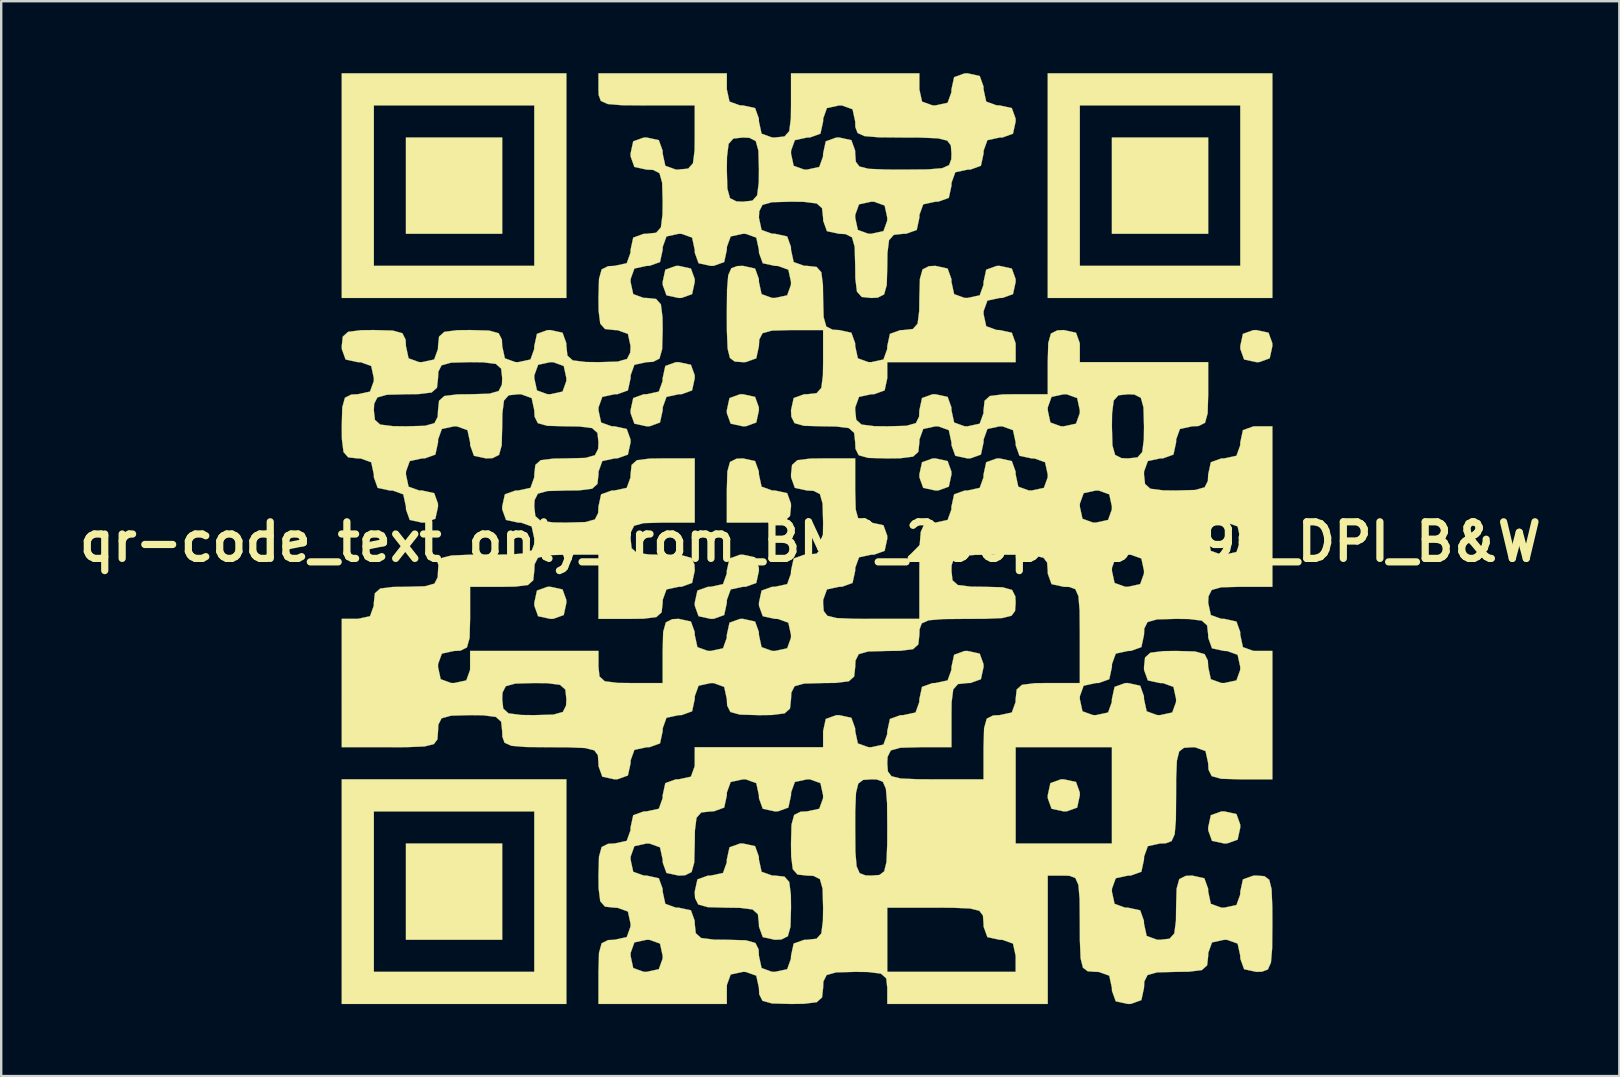
<source format=kicad_pcb>
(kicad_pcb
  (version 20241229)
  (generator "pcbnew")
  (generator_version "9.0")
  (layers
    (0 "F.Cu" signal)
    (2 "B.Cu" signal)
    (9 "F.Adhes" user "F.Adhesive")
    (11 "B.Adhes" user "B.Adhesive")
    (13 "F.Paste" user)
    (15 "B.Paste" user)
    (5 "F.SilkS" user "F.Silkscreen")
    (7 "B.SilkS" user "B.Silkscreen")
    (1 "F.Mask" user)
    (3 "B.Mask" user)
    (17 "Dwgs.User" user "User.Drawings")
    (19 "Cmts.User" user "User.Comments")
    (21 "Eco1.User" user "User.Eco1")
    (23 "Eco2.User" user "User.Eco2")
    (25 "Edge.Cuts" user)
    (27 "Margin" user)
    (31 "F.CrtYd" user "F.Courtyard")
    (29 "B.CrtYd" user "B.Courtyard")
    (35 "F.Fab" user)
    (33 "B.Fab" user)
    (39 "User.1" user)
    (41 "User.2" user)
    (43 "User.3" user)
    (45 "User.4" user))
  (footprint "qr-code_text_only_from_BMP_200px_96x96_DPI_B&W"
    (layer "F.Cu")
    (at 30.705 19.523)
    (property "Reference" "qr-code_text_only_from_BMP_200px_96x96_DPI_B&W" (at 0 0 0) (layer "F.SilkS") (effects (font (size 1.524 1.524) (thickness 0.3))))
    (attr through_hole)
    (fp_poly (pts (xy -12.834 -12.834) (xy -16.844 -12.834) (xy -16.844 -16.844) (xy -12.834 -16.844) (xy -12.834 -12.834)) (stroke (width 0.01) (type solid)) (fill yes) (layer "F.SilkS"))
    (fp_poly (pts (xy -12.834 16.577) (xy -16.844 16.577) (xy -16.844 12.566) (xy -12.834 12.566) (xy -12.834 16.577)) (stroke (width 0.01) (type solid)) (fill yes) (layer "F.SilkS"))
    (fp_poly (pts (xy 16.577 -12.834) (xy 12.566 -12.834) (xy 12.566 -16.844) (xy 16.577 -16.844) (xy 16.577 -12.834)) (stroke (width 0.01) (type solid)) (fill yes) (layer "F.SilkS"))
    (fp_poly (pts (xy -10.16 -10.16) (xy -19.518 -10.16) (xy -19.518 -18.181) (xy -18.181 -18.181) (xy -18.181 -11.497) (xy -11.497 -11.497) (xy -11.497 -18.181) (xy -18.181 -18.181) (xy -19.518 -18.181) (xy -19.518 -19.518) (xy -10.16 -19.518) (xy -10.16 -10.16)) (stroke (width 0.01) (type solid)) (fill yes) (layer "F.SilkS"))
    (fp_poly (pts (xy -10.16 19.251) (xy -19.518 19.251) (xy -19.518 11.229) (xy -18.181 11.229) (xy -18.181 17.914) (xy -11.497 17.914) (xy -11.497 11.229) (xy -18.181 11.229) (xy -19.518 11.229) (xy -19.518 9.893) (xy -10.16 9.893) (xy -10.16 19.251)) (stroke (width 0.01) (type solid)) (fill yes) (layer "F.SilkS"))
    (fp_poly (pts (xy 19.251 -10.16) (xy 9.893 -10.16) (xy 9.893 -18.181) (xy 11.229 -18.181) (xy 11.229 -11.497) (xy 17.914 -11.497) (xy 17.914 -18.181) (xy 11.229 -18.181) (xy 9.893 -18.181) (xy 9.893 -19.518) (xy 19.251 -19.518) (xy 19.251 -10.16)) (stroke (width 0.01) (type solid)) (fill yes) (layer "F.SilkS"))
    (fp_poly (pts (xy -10.32 1.982) (xy -10.163 2.417) (xy -10.16 2.54) (xy -10.27 3.049) (xy -10.705 3.206) (xy -10.828 3.208) (xy -11.337 3.098) (xy -11.494 2.663) (xy -11.497 2.54) (xy -11.386 2.031) (xy -10.952 1.874) (xy -10.828 1.872) (xy -10.32 1.982)) (stroke (width 0.01) (type solid)) (fill yes) (layer "F.SilkS"))
    (fp_poly (pts (xy -4.972 -11.386) (xy -4.815 -10.952) (xy -4.813 -10.828) (xy -4.923 -10.32) (xy -5.358 -10.163) (xy -5.481 -10.16) (xy -5.99 -10.27) (xy -6.147 -10.705) (xy -6.149 -10.828) (xy -6.039 -11.337) (xy -5.604 -11.494) (xy -5.481 -11.497) (xy -4.972 -11.386)) (stroke (width 0.01) (type solid)) (fill yes) (layer "F.SilkS"))
    (fp_poly (pts (xy -2.299 -6.039) (xy -2.142 -5.604) (xy -2.139 -5.481) (xy -2.249 -4.972) (xy -2.684 -4.815) (xy -2.807 -4.813) (xy -3.316 -4.923) (xy -3.473 -5.358) (xy -3.476 -5.481) (xy -3.365 -5.99) (xy -2.931 -6.147) (xy -2.807 -6.149) (xy -2.299 -6.039)) (stroke (width 0.01) (type solid)) (fill yes) (layer "F.SilkS"))
    (fp_poly (pts (xy 5.722 -3.365) (xy 5.879 -2.931) (xy 5.882 -2.807) (xy 5.772 -2.299) (xy 5.337 -2.142) (xy 5.214 -2.139) (xy 4.705 -2.249) (xy 4.548 -2.684) (xy 4.545 -2.807) (xy 4.656 -3.316) (xy 5.091 -3.473) (xy 5.214 -3.476) (xy 5.722 -3.365)) (stroke (width 0.01) (type solid)) (fill yes) (layer "F.SilkS"))
    (fp_poly (pts (xy 11.07 10.003) (xy 11.227 10.438) (xy 11.229 10.561) (xy 11.119 11.07) (xy 10.684 11.227) (xy 10.561 11.229) (xy 10.052 11.119) (xy 9.895 10.684) (xy 9.893 10.561) (xy 10.003 10.052) (xy 10.438 9.895) (xy 10.561 9.893) (xy 11.07 10.003)) (stroke (width 0.01) (type solid)) (fill yes) (layer "F.SilkS"))
    (fp_poly (pts (xy 17.754 11.34) (xy 17.911 11.775) (xy 17.914 11.898) (xy 17.803 12.407) (xy 17.368 12.563) (xy 17.245 12.566) (xy 16.736 12.456) (xy 16.58 12.021) (xy 16.577 11.898) (xy 16.687 11.389) (xy 17.122 11.232) (xy 17.245 11.229) (xy 17.754 11.34)) (stroke (width 0.01) (type solid)) (fill yes) (layer "F.SilkS"))
    (fp_poly (pts (xy 19.091 -8.713) (xy 19.248 -8.278) (xy 19.251 -8.155) (xy 19.14 -7.646) (xy 18.705 -7.489) (xy 18.582 -7.486) (xy 18.073 -7.597) (xy 17.917 -8.032) (xy 17.914 -8.155) (xy 18.024 -8.664) (xy 18.459 -8.82) (xy 18.582 -8.823) (xy 19.091 -8.713)) (stroke (width 0.01) (type solid)) (fill yes) (layer "F.SilkS"))
    (fp_poly (pts (xy -2.299 -3.365) (xy -2.142 -2.931) (xy -2.139 -2.807) (xy -2.029 -2.299) (xy -1.594 -2.142) (xy -1.471 -2.139) (xy -0.962 -2.029) (xy -0.805 -1.594) (xy -0.802 -1.471) (xy -0.845 -1.074) (xy -1.067 -0.876) (xy -1.602 -0.808) (xy -2.139 -0.802) (xy -3.476 -0.802) (xy -3.476 -2.139) (xy -3.454 -2.932) (xy -3.344 -3.328) (xy -3.076 -3.463) (xy -2.807 -3.476) (xy -2.299 -3.365)) (stroke (width 0.01) (type solid)) (fill yes) (layer "F.SilkS"))
    (fp_poly (pts (xy -4.972 -7.376) (xy -4.815 -6.941) (xy -4.813 -6.818) (xy -4.923 -6.309) (xy -5.358 -6.152) (xy -5.481 -6.149) (xy -5.99 -6.039) (xy -6.147 -5.604) (xy -6.149 -5.481) (xy -6.26 -4.972) (xy -6.695 -4.815) (xy -6.818 -4.813) (xy -7.327 -4.923) (xy -7.483 -5.358) (xy -7.486 -5.481) (xy -7.376 -5.99) (xy -6.941 -6.147) (xy -6.818 -6.149) (xy -6.309 -6.26) (xy -6.152 -6.695) (xy -6.149 -6.818) (xy -6.039 -7.327) (xy -5.604 -7.483) (xy -5.481 -7.486) (xy -4.972 -7.376)) (stroke (width 0.01) (type solid)) (fill yes) (layer "F.SilkS"))
    (fp_poly (pts (xy -2.299 0.645) (xy -2.142 1.08) (xy -2.139 1.203) (xy -2.249 1.712) (xy -2.684 1.869) (xy -2.807 1.872) (xy -3.316 1.982) (xy -3.473 2.417) (xy -3.476 2.54) (xy -3.586 3.049) (xy -4.021 3.206) (xy -4.144 3.208) (xy -4.653 3.098) (xy -4.81 2.663) (xy -4.813 2.54) (xy -4.702 2.031) (xy -4.267 1.874) (xy -4.144 1.872) (xy -3.635 1.761) (xy -3.479 1.326) (xy -3.476 1.203) (xy -3.365 0.694) (xy -2.931 0.538) (xy -2.807 0.535) (xy -2.299 0.645)) (stroke (width 0.01) (type solid)) (fill yes) (layer "F.SilkS"))
    (fp_poly (pts (xy -2.299 12.677) (xy -2.142 13.112) (xy -2.139 13.235) (xy -2.029 13.744) (xy -1.594 13.9) (xy -1.471 13.903) (xy -1.074 13.947) (xy -0.876 14.168) (xy -0.808 14.703) (xy -0.802 15.24) (xy -0.824 16.033) (xy -0.934 16.429) (xy -1.202 16.564) (xy -1.471 16.577) (xy -1.979 16.466) (xy -2.136 16.032) (xy -2.139 15.908) (xy -2.182 15.512) (xy -2.403 15.314) (xy -2.939 15.246) (xy -3.476 15.24) (xy -4.269 15.218) (xy -4.665 15.108) (xy -4.8 14.84) (xy -4.813 14.572) (xy -4.702 14.063) (xy -4.267 13.906) (xy -4.144 13.903) (xy -3.635 13.793) (xy -3.479 13.358) (xy -3.476 13.235) (xy -3.365 12.726) (xy -2.931 12.569) (xy -2.807 12.566) (xy -2.299 12.677)) (stroke (width 0.01) (type solid)) (fill yes) (layer "F.SilkS"))
    (fp_poly (pts (xy -3.476 -18.849) (xy -3.365 -18.341) (xy -2.931 -18.184) (xy -2.807 -18.181) (xy -2.299 -18.071) (xy -2.142 -17.636) (xy -2.139 -17.513) (xy -2.029 -17.004) (xy -1.594 -16.847) (xy -1.471 -16.844) (xy -1.074 -16.888) (xy -0.876 -17.109) (xy -0.808 -17.645) (xy -0.802 -18.181) (xy -0.802 -19.518) (xy 4.545 -19.518) (xy 4.545 -18.849) (xy 4.656 -18.341) (xy 5.091 -18.184) (xy 5.214 -18.181) (xy 5.722 -18.291) (xy 5.879 -18.726) (xy 5.882 -18.849) (xy 5.993 -19.358) (xy 6.427 -19.515) (xy 6.551 -19.518) (xy 7.059 -19.407) (xy 7.216 -18.973) (xy 7.219 -18.849) (xy 7.329 -18.341) (xy 7.764 -18.184) (xy 7.887 -18.181) (xy 8.396 -18.071) (xy 8.553 -17.636) (xy 8.556 -17.513) (xy 8.445 -17.004) (xy 8.011 -16.847) (xy 7.887 -16.844) (xy 7.379 -16.734) (xy 7.222 -16.299) (xy 7.219 -16.176) (xy 7.109 -15.667) (xy 6.674 -15.51) (xy 6.551 -15.507) (xy 6.042 -15.397) (xy 5.885 -14.962) (xy 5.882 -14.839) (xy 5.772 -14.33) (xy 5.337 -14.173) (xy 5.214 -14.171) (xy 4.705 -14.06) (xy 4.548 -13.625) (xy 4.545 -13.502) (xy 4.435 -12.993) (xy 4 -12.837) (xy 3.877 -12.834) (xy 3.48 -12.79) (xy 3.282 -12.569) (xy 3.215 -12.033) (xy 3.208 -11.497) (xy 3.187 -10.703) (xy 3.076 -10.308) (xy 2.808 -10.173) (xy 2.54 -10.16) (xy 2.143 -10.203) (xy 1.945 -10.425) (xy 1.878 -10.96) (xy 1.872 -11.497) (xy 1.85 -12.29) (xy 1.739 -12.686) (xy 1.471 -12.821) (xy 1.203 -12.834) (xy 0.694 -12.944) (xy 0.538 -13.379) (xy 0.535 -13.502) (xy 1.872 -13.502) (xy 1.982 -12.993) (xy 2.417 -12.837) (xy 2.54 -12.834) (xy 3.049 -12.944) (xy 3.206 -13.379) (xy 3.208 -13.502) (xy 3.098 -14.011) (xy 2.663 -14.168) (xy 2.54 -14.171) (xy 2.031 -14.06) (xy 1.874 -13.625) (xy 1.872 -13.502) (xy 0.535 -13.502) (xy 0.491 -13.899) (xy 0.27 -14.097) (xy -0.266 -14.164) (xy -0.802 -14.171) (xy -1.596 -14.149) (xy -1.991 -14.038) (xy -2.126 -13.77) (xy -2.139 -13.502) (xy -2.029 -12.993) (xy -1.594 -12.837) (xy -1.471 -12.834) (xy -0.962 -12.723) (xy -0.805 -12.288) (xy -0.802 -12.165) (xy -0.692 -11.656) (xy -0.257 -11.5) (xy -0.134 -11.497) (xy 0.263 -11.453) (xy 0.461 -11.232) (xy 0.528 -10.697) (xy 0.535 -10.16) (xy 0.556 -9.367) (xy 0.667 -8.971) (xy 0.935 -8.836) (xy 1.203 -8.823) (xy 1.712 -8.713) (xy 1.869 -8.278) (xy 1.872 -8.155) (xy 1.982 -7.646) (xy 2.417 -7.489) (xy 2.54 -7.486) (xy 3.049 -7.597) (xy 3.206 -8.032) (xy 3.208 -8.155) (xy 3.319 -8.664) (xy 3.754 -8.82) (xy 3.877 -8.823) (xy 4.274 -8.867) (xy 4.471 -9.088) (xy 4.539 -9.623) (xy 4.545 -10.16) (xy 4.567 -10.953) (xy 4.678 -11.349) (xy 4.945 -11.484) (xy 5.214 -11.497) (xy 5.722 -11.386) (xy 5.879 -10.952) (xy 5.882 -10.828) (xy 5.993 -10.32) (xy 6.427 -10.163) (xy 6.551 -10.16) (xy 7.059 -10.27) (xy 7.216 -10.705) (xy 7.219 -10.828) (xy 7.329 -11.337) (xy 7.764 -11.494) (xy 7.887 -11.497) (xy 8.396 -11.386) (xy 8.553 -10.952) (xy 8.556 -10.828) (xy 8.445 -10.32) (xy 8.011 -10.163) (xy 7.887 -10.16) (xy 7.379 -10.05) (xy 7.222 -9.615) (xy 7.219 -9.492) (xy 7.329 -8.983) (xy 7.764 -8.826) (xy 7.887 -8.823) (xy 8.396 -8.713) (xy 8.553 -8.278) (xy 8.556 -8.155) (xy 8.556 -7.486) (xy 3.208 -7.486) (xy 3.208 -6.818) (xy 3.098 -6.309) (xy 2.663 -6.152) (xy 2.54 -6.149) (xy 2.031 -6.039) (xy 1.874 -5.604) (xy 1.872 -5.481) (xy 1.915 -5.084) (xy 2.136 -4.886) (xy 2.672 -4.819) (xy 3.208 -4.813) (xy 4.002 -4.834) (xy 4.398 -4.945) (xy 4.533 -5.213) (xy 4.545 -5.481) (xy 4.656 -5.99) (xy 5.091 -6.147) (xy 5.214 -6.149) (xy 5.722 -6.039) (xy 5.879 -5.604) (xy 5.882 -5.481) (xy 5.993 -4.972) (xy 6.427 -4.815) (xy 6.551 -4.813) (xy 7.059 -4.923) (xy 7.216 -5.358) (xy 7.219 -5.481) (xy 9.893 -5.481) (xy 10.003 -4.972) (xy 10.438 -4.815) (xy 10.561 -4.813) (xy 12.566 -4.813) (xy 12.588 -4.019) (xy 12.699 -3.623) (xy 12.966 -3.488) (xy 13.235 -3.476) (xy 13.631 -3.519) (xy 13.829 -3.74) (xy 13.897 -4.276) (xy 13.903 -4.813) (xy 13.881 -5.606) (xy 13.771 -6.002) (xy 13.503 -6.137) (xy 13.235 -6.149) (xy 12.838 -6.106) (xy 12.64 -5.885) (xy 12.573 -5.349) (xy 12.566 -4.813) (xy 10.561 -4.813) (xy 11.07 -4.923) (xy 11.227 -5.358) (xy 11.229 -5.481) (xy 11.119 -5.99) (xy 10.684 -6.147) (xy 10.561 -6.149) (xy 10.052 -6.039) (xy 9.895 -5.604) (xy 9.893 -5.481) (xy 7.219 -5.481) (xy 7.262 -5.878) (xy 7.483 -6.076) (xy 8.019 -6.143) (xy 8.556 -6.149) (xy 9.893 -6.149) (xy 9.893 -7.486) (xy 9.914 -8.28) (xy 10.025 -8.676) (xy 10.293 -8.81) (xy 10.561 -8.823) (xy 11.07 -8.713) (xy 11.227 -8.278) (xy 11.229 -8.155) (xy 11.229 -7.486) (xy 16.577 -7.486) (xy 16.577 -6.149) (xy 16.555 -5.356) (xy 16.445 -4.96) (xy 16.177 -4.825) (xy 15.908 -4.813) (xy 15.4 -4.702) (xy 15.243 -4.267) (xy 15.24 -4.144) (xy 15.13 -3.635) (xy 14.695 -3.479) (xy 14.572 -3.476) (xy 14.063 -3.365) (xy 13.906 -2.931) (xy 13.903 -2.807) (xy 13.947 -2.411) (xy 14.168 -2.213) (xy 14.703 -2.145) (xy 15.24 -2.139) (xy 16.033 -2.161) (xy 16.429 -2.271) (xy 16.564 -2.539) (xy 16.577 -2.807) (xy 16.687 -3.316) (xy 17.122 -3.473) (xy 17.245 -3.476) (xy 17.754 -3.586) (xy 17.911 -4.021) (xy 17.914 -4.144) (xy 18.024 -4.653) (xy 18.459 -4.81) (xy 18.582 -4.813) (xy 19.251 -4.813) (xy 19.251 1.872) (xy 17.914 1.872) (xy 17.12 1.893) (xy 16.724 2.004) (xy 16.59 2.272) (xy 16.577 2.54) (xy 16.687 3.049) (xy 17.122 3.206) (xy 17.245 3.208) (xy 17.754 3.319) (xy 17.911 3.754) (xy 17.914 3.877) (xy 18.024 4.386) (xy 18.459 4.542) (xy 18.582 4.545) (xy 19.251 4.545) (xy 19.251 9.893) (xy 17.914 9.893) (xy 17.12 9.871) (xy 16.724 9.76) (xy 16.59 9.492) (xy 16.577 9.224) (xy 16.466 8.715) (xy 16.032 8.559) (xy 15.908 8.556) (xy 15.568 8.581) (xy 15.369 8.731) (xy 15.273 9.119) (xy 15.242 9.857) (xy 15.24 10.561) (xy 15.232 11.581) (xy 15.182 12.179) (xy 15.052 12.467) (xy 14.806 12.559) (xy 14.572 12.566) (xy 14.063 12.677) (xy 13.906 13.112) (xy 13.903 13.235) (xy 13.793 13.744) (xy 13.358 13.9) (xy 13.235 13.903) (xy 12.726 14.014) (xy 12.569 14.448) (xy 12.566 14.572) (xy 12.677 15.08) (xy 13.112 15.237) (xy 13.235 15.24) (xy 13.744 15.35) (xy 13.9 15.785) (xy 13.903 15.908) (xy 14.014 16.417) (xy 14.448 16.574) (xy 14.572 16.577) (xy 14.968 16.533) (xy 15.166 16.312) (xy 15.234 15.777) (xy 15.24 15.24) (xy 15.262 14.447) (xy 15.372 14.051) (xy 15.64 13.916) (xy 15.908 13.903) (xy 16.417 14.014) (xy 16.574 14.448) (xy 16.577 14.572) (xy 16.687 15.08) (xy 17.122 15.237) (xy 17.245 15.24) (xy 17.754 15.13) (xy 17.911 14.695) (xy 17.914 14.572) (xy 18.024 14.063) (xy 18.459 13.906) (xy 18.582 13.903) (xy 18.922 13.928) (xy 19.121 14.078) (xy 19.218 14.466) (xy 19.248 15.204) (xy 19.251 15.908) (xy 19.242 16.928) (xy 19.192 17.526) (xy 19.063 17.815) (xy 18.817 17.906) (xy 18.582 17.914) (xy 18.073 17.803) (xy 17.917 17.368) (xy 17.914 17.245) (xy 17.803 16.736) (xy 17.368 16.58) (xy 17.245 16.577) (xy 16.736 16.687) (xy 16.58 17.122) (xy 16.577 17.245) (xy 16.533 17.642) (xy 16.312 17.84) (xy 15.777 17.907) (xy 15.24 17.914) (xy 14.447 17.935) (xy 14.051 18.046) (xy 13.916 18.314) (xy 13.903 18.582) (xy 13.793 19.091) (xy 13.358 19.248) (xy 13.235 19.251) (xy 12.726 19.14) (xy 12.569 18.705) (xy 12.566 18.582) (xy 12.456 18.073) (xy 12.021 17.917) (xy 11.898 17.914) (xy 11.558 17.889) (xy 11.359 17.739) (xy 11.262 17.351) (xy 11.232 16.613) (xy 11.229 15.908) (xy 11.221 14.888) (xy 11.171 14.291) (xy 11.042 14.002) (xy 10.796 13.911) (xy 10.561 13.903) (xy 9.893 13.903) (xy 9.893 19.251) (xy 3.208 19.251) (xy 3.208 18.582) (xy 3.165 18.185) (xy 2.944 17.987) (xy 2.408 17.92) (xy 1.872 17.914) (xy 1.078 17.935) (xy 0.682 18.046) (xy 0.547 18.314) (xy 0.535 18.582) (xy 0.491 18.979) (xy 0.27 19.177) (xy -0.266 19.244) (xy -0.802 19.251) (xy -1.596 19.229) (xy -1.991 19.118) (xy -2.126 18.85) (xy -2.139 18.582) (xy -2.249 18.073) (xy -2.684 17.917) (xy -2.807 17.914) (xy -3.316 18.024) (xy -3.473 18.459) (xy -3.476 18.582) (xy -3.476 19.251) (xy -8.823 19.251) (xy -8.823 17.914) (xy -8.805 17.245) (xy -7.486 17.245) (xy -7.376 17.754) (xy -6.941 17.911) (xy -6.818 17.914) (xy -6.309 17.803) (xy -6.152 17.368) (xy -6.149 17.245) (xy -6.26 16.736) (xy -6.695 16.58) (xy -6.818 16.577) (xy -7.327 16.687) (xy -7.483 17.122) (xy -7.486 17.245) (xy -8.805 17.245) (xy -8.801 17.12) (xy -8.691 16.724) (xy -8.423 16.59) (xy -8.155 16.577) (xy -7.646 16.466) (xy -7.489 16.032) (xy -7.486 15.908) (xy -7.597 15.4) (xy -8.032 15.243) (xy -8.155 15.24) (xy -8.551 15.197) (xy -8.749 14.975) (xy -8.817 14.44) (xy -8.823 13.903) (xy -8.805 13.235) (xy -7.486 13.235) (xy -7.376 13.744) (xy -6.941 13.9) (xy -6.818 13.903) (xy -6.309 14.014) (xy -6.152 14.448) (xy -6.149 14.572) (xy -6.039 15.08) (xy -5.604 15.237) (xy -5.481 15.24) (xy -4.972 15.35) (xy -4.815 15.785) (xy -4.813 15.908) (xy -4.769 16.305) (xy -4.548 16.503) (xy -4.012 16.571) (xy -3.476 16.577) (xy -2.682 16.599) (xy -2.287 16.709) (xy -2.152 16.977) (xy -2.139 17.245) (xy -2.029 17.754) (xy -1.594 17.911) (xy -1.471 17.914) (xy -0.962 17.803) (xy -0.805 17.368) (xy -0.802 17.245) (xy -0.692 16.736) (xy -0.257 16.58) (xy -0.134 16.577) (xy 0.263 16.533) (xy 0.461 16.312) (xy 0.528 15.777) (xy 0.535 15.24) (xy 3.208 15.24) (xy 3.208 17.914) (xy 8.556 17.914) (xy 8.556 17.245) (xy 8.445 16.736) (xy 8.011 16.58) (xy 7.887 16.577) (xy 7.379 16.466) (xy 7.222 16.032) (xy 7.219 15.908) (xy 7.194 15.568) (xy 7.044 15.369) (xy 6.656 15.273) (xy 5.918 15.242) (xy 5.214 15.24) (xy 3.208 15.24) (xy 0.535 15.24) (xy 0.513 14.447) (xy 0.402 14.051) (xy 0.135 13.916) (xy -0.134 13.903) (xy -0.53 13.86) (xy -0.728 13.639) (xy -0.796 13.103) (xy -0.802 12.566) (xy -0.784 11.898) (xy 1.872 11.898) (xy 1.88 12.918) (xy 1.93 13.516) (xy 2.059 13.804) (xy 2.305 13.896) (xy 2.54 13.903) (xy 2.88 13.878) (xy 3.079 13.728) (xy 3.175 13.34) (xy 3.206 12.602) (xy 3.208 11.898) (xy 3.2 10.878) (xy 3.15 10.28) (xy 3.021 9.992) (xy 2.775 9.9) (xy 2.54 9.893) (xy 2.2 9.918) (xy 2.001 10.068) (xy 1.905 10.455) (xy 1.874 11.194) (xy 1.872 11.898) (xy -0.784 11.898) (xy -0.78 11.773) (xy -0.67 11.377) (xy -0.402 11.242) (xy -0.134 11.229) (xy 0.375 11.119) (xy 0.532 10.684) (xy 0.535 10.561) (xy 0.424 10.052) (xy -0.011 9.895) (xy -0.134 9.893) (xy -0.642 10.003) (xy -0.799 10.438) (xy -0.802 10.561) (xy -0.913 11.07) (xy -1.347 11.227) (xy -1.471 11.229) (xy -1.979 11.119) (xy -2.136 10.684) (xy -2.139 10.561) (xy -2.249 10.052) (xy -2.684 9.895) (xy -2.807 9.893) (xy -3.316 10.003) (xy -3.473 10.438) (xy -3.476 10.561) (xy -3.586 11.07) (xy -4.021 11.227) (xy -4.144 11.229) (xy -4.541 11.273) (xy -4.739 11.494) (xy -4.806 12.03) (xy -4.813 12.566) (xy -4.834 13.36) (xy -4.945 13.756) (xy -5.213 13.89) (xy -5.481 13.903) (xy -5.99 13.793) (xy -6.147 13.358) (xy -6.149 13.235) (xy -6.26 12.726) (xy -6.695 12.569) (xy -6.818 12.566) (xy -7.327 12.677) (xy -7.483 13.112) (xy -7.486 13.235) (xy -8.805 13.235) (xy -8.801 13.11) (xy -8.691 12.714) (xy -8.423 12.579) (xy -8.155 12.566) (xy -7.646 12.456) (xy -7.489 12.021) (xy -7.486 11.898) (xy -7.376 11.389) (xy -6.941 11.232) (xy -6.818 11.229) (xy -6.309 11.119) (xy -6.152 10.684) (xy -6.149 10.561) (xy -6.039 10.052) (xy -5.604 9.895) (xy -5.481 9.893) (xy -4.972 9.782) (xy -4.815 9.347) (xy -4.813 9.224) (xy -4.813 8.556) (xy 0.535 8.556) (xy 0.535 7.887) (xy 0.645 7.379) (xy 1.08 7.222) (xy 1.203 7.219) (xy 1.712 7.329) (xy 1.869 7.764) (xy 1.872 7.887) (xy 1.982 8.396) (xy 2.417 8.553) (xy 2.54 8.556) (xy 3.049 8.445) (xy 3.206 8.011) (xy 3.208 7.887) (xy 3.319 7.379) (xy 3.754 7.222) (xy 3.877 7.219) (xy 4.386 7.109) (xy 4.542 6.674) (xy 4.545 6.551) (xy 4.656 6.042) (xy 5.091 5.885) (xy 5.214 5.882) (xy 5.722 5.772) (xy 5.879 5.337) (xy 5.882 5.214) (xy 5.993 4.705) (xy 6.427 4.548) (xy 6.551 4.545) (xy 7.059 4.656) (xy 7.216 5.091) (xy 7.219 5.214) (xy 7.109 5.722) (xy 6.674 5.879) (xy 6.551 5.882) (xy 6.154 5.925) (xy 5.956 6.147) (xy 5.888 6.682) (xy 5.882 7.219) (xy 5.882 8.556) (xy 4.545 8.556) (xy 3.752 8.577) (xy 3.356 8.688) (xy 3.221 8.956) (xy 3.208 9.224) (xy 3.233 9.564) (xy 3.383 9.763) (xy 3.771 9.86) (xy 4.509 9.89) (xy 5.214 9.893) (xy 7.219 9.893) (xy 7.219 8.556) (xy 8.556 8.556) (xy 8.556 12.566) (xy 12.566 12.566) (xy 12.566 8.556) (xy 8.556 8.556) (xy 7.219 8.556) (xy 7.241 7.762) (xy 7.351 7.367) (xy 7.619 7.232) (xy 7.887 7.219) (xy 8.396 7.109) (xy 8.553 6.674) (xy 8.556 6.551) (xy 11.229 6.551) (xy 11.34 7.059) (xy 11.775 7.216) (xy 11.898 7.219) (xy 12.407 7.109) (xy 12.563 6.674) (xy 12.566 6.551) (xy 12.677 6.042) (xy 13.112 5.885) (xy 13.235 5.882) (xy 13.744 5.993) (xy 13.9 6.427) (xy 13.903 6.551) (xy 14.014 7.059) (xy 14.448 7.216) (xy 14.572 7.219) (xy 15.08 7.109) (xy 15.237 6.674) (xy 15.24 6.551) (xy 15.13 6.042) (xy 14.695 5.885) (xy 14.572 5.882) (xy 14.063 5.772) (xy 13.906 5.337) (xy 13.903 5.214) (xy 13.947 4.817) (xy 14.168 4.619) (xy 14.703 4.552) (xy 15.24 4.545) (xy 16.033 4.567) (xy 16.429 4.678) (xy 16.564 4.945) (xy 16.577 5.214) (xy 16.687 5.722) (xy 17.122 5.879) (xy 17.245 5.882) (xy 17.754 5.772) (xy 17.911 5.337) (xy 17.914 5.214) (xy 17.803 4.705) (xy 17.368 4.548) (xy 17.245 4.545) (xy 16.736 4.435) (xy 16.58 4) (xy 16.577 3.877) (xy 16.533 3.48) (xy 16.312 3.282) (xy 15.777 3.215) (xy 15.24 3.208) (xy 14.447 3.23) (xy 14.051 3.341) (xy 13.916 3.609) (xy 13.903 3.877) (xy 13.793 4.386) (xy 13.358 4.542) (xy 13.235 4.545) (xy 12.726 4.656) (xy 12.569 5.091) (xy 12.566 5.214) (xy 12.456 5.722) (xy 12.021 5.879) (xy 11.898 5.882) (xy 11.389 5.993) (xy 11.232 6.427) (xy 11.229 6.551) (xy 8.556 6.551) (xy 8.599 6.154) (xy 8.82 5.956) (xy 9.356 5.888) (xy 9.893 5.882) (xy 11.229 5.882) (xy 11.229 3.877) (xy 11.221 2.857) (xy 11.171 2.259) (xy 11.042 1.971) (xy 10.796 1.879) (xy 10.561 1.872) (xy 10.052 1.761) (xy 9.895 1.326) (xy 9.893 1.203) (xy 12.566 1.203) (xy 12.677 1.712) (xy 13.112 1.869) (xy 13.235 1.872) (xy 13.744 1.761) (xy 13.9 1.326) (xy 13.903 1.203) (xy 13.793 0.694) (xy 13.358 0.538) (xy 13.235 0.535) (xy 12.726 0.645) (xy 12.569 1.08) (xy 12.566 1.203) (xy 9.893 1.203) (xy 9.868 0.863) (xy 9.718 0.664) (xy 9.33 0.568) (xy 8.592 0.537) (xy 7.887 0.535) (xy 6.867 0.543) (xy 6.27 0.593) (xy 5.981 0.722) (xy 5.889 0.968) (xy 5.882 1.203) (xy 5.925 1.6) (xy 6.147 1.798) (xy 6.682 1.865) (xy 7.219 1.872) (xy 8.012 1.893) (xy 8.408 2.004) (xy 8.543 2.272) (xy 8.556 2.54) (xy 8.531 2.88) (xy 8.381 3.079) (xy 7.993 3.175) (xy 7.255 3.206) (xy 6.551 3.208) (xy 5.531 3.217) (xy 4.933 3.267) (xy 4.644 3.396) (xy 4.553 3.642) (xy 4.545 3.877) (xy 4.502 4.274) (xy 4.281 4.471) (xy 3.745 4.539) (xy 3.208 4.545) (xy 2.415 4.567) (xy 2.019 4.678) (xy 1.884 4.945) (xy 1.872 5.214) (xy 1.828 5.61) (xy 1.607 5.808) (xy 1.071 5.876) (xy 0.535 5.882) (xy -0.259 5.904) (xy -0.654 6.014) (xy -0.789 6.282) (xy -0.802 6.551) (xy -0.845 6.947) (xy -1.067 7.145) (xy -1.602 7.213) (xy -2.139 7.219) (xy -2.932 7.197) (xy -3.328 7.087) (xy -3.463 6.819) (xy -3.476 6.551) (xy -3.586 6.042) (xy -4.021 5.885) (xy -4.144 5.882) (xy -4.653 5.993) (xy -4.81 6.427) (xy -4.813 6.551) (xy -4.923 7.059) (xy -5.358 7.216) (xy -5.481 7.219) (xy -5.99 7.329) (xy -6.147 7.764) (xy -6.149 7.887) (xy -6.26 8.396) (xy -6.695 8.553) (xy -6.818 8.556) (xy -7.327 8.666) (xy -7.483 9.101) (xy -7.486 9.224) (xy -7.597 9.733) (xy -8.032 9.89) (xy -8.155 9.893) (xy -8.664 9.782) (xy -8.82 9.347) (xy -8.823 9.224) (xy -8.848 8.884) (xy -8.998 8.685) (xy -9.386 8.589) (xy -10.124 8.558) (xy -10.828 8.556) (xy -11.848 8.547) (xy -12.446 8.497) (xy -12.735 8.368) (xy -12.826 8.122) (xy -12.834 7.887) (xy -12.877 7.491) (xy -13.098 7.293) (xy -13.634 7.225) (xy -14.171 7.219) (xy -14.964 7.241) (xy -15.36 7.351) (xy -15.495 7.619) (xy -15.507 7.887) (xy -15.532 8.227) (xy -15.682 8.427) (xy -16.07 8.523) (xy -16.808 8.553) (xy -17.513 8.556) (xy -19.518 8.556) (xy -19.518 6.551) (xy -12.834 6.551) (xy -12.79 6.947) (xy -12.569 7.145) (xy -12.033 7.213) (xy -11.497 7.219) (xy -10.703 7.197) (xy -10.308 7.087) (xy -10.173 6.819) (xy -10.16 6.551) (xy -10.203 6.154) (xy -10.425 5.956) (xy -10.96 5.888) (xy -11.497 5.882) (xy -12.29 5.904) (xy -12.686 6.014) (xy -12.821 6.282) (xy -12.834 6.551) (xy -19.518 6.551) (xy -19.518 5.214) (xy -15.507 5.214) (xy -15.397 5.722) (xy -14.962 5.879) (xy -14.839 5.882) (xy -14.33 5.772) (xy -14.173 5.337) (xy -14.171 5.214) (xy -14.171 4.545) (xy -8.823 4.545) (xy -8.823 5.214) (xy -8.78 5.61) (xy -8.559 5.808) (xy -8.023 5.876) (xy -7.486 5.882) (xy -6.149 5.882) (xy -6.149 4.545) (xy -6.128 3.752) (xy -6.017 3.356) (xy -5.749 3.221) (xy -5.481 3.208) (xy -4.972 3.319) (xy -4.815 3.754) (xy -4.813 3.877) (xy -4.702 4.386) (xy -4.267 4.542) (xy -4.144 4.545) (xy -3.635 4.435) (xy -3.479 4) (xy -3.476 3.877) (xy -3.365 3.368) (xy -2.931 3.211) (xy -2.807 3.208) (xy -2.299 3.319) (xy -2.142 3.754) (xy -2.139 3.877) (xy -2.029 4.386) (xy -1.594 4.542) (xy -1.471 4.545) (xy -0.962 4.435) (xy -0.805 4) (xy -0.802 3.877) (xy -0.913 3.368) (xy -1.347 3.211) (xy -1.471 3.208) (xy -1.979 3.098) (xy -2.136 2.663) (xy -2.139 2.54) (xy -2.029 2.031) (xy -1.594 1.874) (xy -1.471 1.872) (xy -0.962 1.761) (xy -0.805 1.326) (xy -0.802 1.203) (xy -0.692 0.694) (xy -0.257 0.538) (xy -0.134 0.535) (xy 0.263 0.491) (xy 0.461 0.27) (xy 0.528 -0.266) (xy 0.535 -0.802) (xy 0.513 -1.596) (xy 0.402 -1.991) (xy 0.135 -2.126) (xy -0.134 -2.139) (xy -0.642 -2.249) (xy -0.799 -2.684) (xy -0.802 -2.807) (xy -0.759 -3.204) (xy -0.538 -3.402) (xy -0.002 -3.469) (xy 0.535 -3.476) (xy 1.872 -3.476) (xy 1.872 -2.139) (xy 1.893 -1.346) (xy 2.004 -0.95) (xy 2.272 -0.815) (xy 2.54 -0.802) (xy 3.049 -0.692) (xy 3.206 -0.257) (xy 3.208 -0.134) (xy 3.098 0.375) (xy 2.663 0.532) (xy 2.54 0.535) (xy 2.031 0.645) (xy 1.874 1.08) (xy 1.872 1.203) (xy 1.761 1.712) (xy 1.326 1.869) (xy 1.203 1.872) (xy 0.694 1.982) (xy 0.538 2.417) (xy 0.535 2.54) (xy 0.56 2.88) (xy 0.71 3.079) (xy 1.098 3.175) (xy 1.836 3.206) (xy 2.54 3.208) (xy 4.545 3.208) (xy 4.545 1.203) (xy 4.554 0.183) (xy 4.58 -0.134) (xy 16.577 -0.134) (xy 16.687 0.375) (xy 17.122 0.532) (xy 17.245 0.535) (xy 17.754 0.424) (xy 17.911 -0.011) (xy 17.914 -0.134) (xy 17.803 -0.642) (xy 17.368 -0.799) (xy 17.245 -0.802) (xy 16.736 -0.692) (xy 16.58 -0.257) (xy 16.577 -0.134) (xy 4.58 -0.134) (xy 4.604 -0.415) (xy 4.733 -0.703) (xy 4.979 -0.795) (xy 5.214 -0.802) (xy 5.722 -0.913) (xy 5.879 -1.347) (xy 5.882 -1.471) (xy 11.229 -1.471) (xy 11.34 -0.962) (xy 11.775 -0.805) (xy 11.898 -0.802) (xy 12.407 -0.913) (xy 12.563 -1.347) (xy 12.566 -1.471) (xy 12.456 -1.979) (xy 12.021 -2.136) (xy 11.898 -2.139) (xy 11.389 -2.029) (xy 11.232 -1.594) (xy 11.229 -1.471) (xy 5.882 -1.471) (xy 5.993 -1.979) (xy 6.427 -2.136) (xy 6.551 -2.139) (xy 7.059 -2.249) (xy 7.216 -2.684) (xy 7.219 -2.807) (xy 7.329 -3.316) (xy 7.764 -3.473) (xy 7.887 -3.476) (xy 8.396 -3.365) (xy 8.553 -2.931) (xy 8.556 -2.807) (xy 8.666 -2.299) (xy 9.101 -2.142) (xy 9.224 -2.139) (xy 9.733 -2.249) (xy 9.89 -2.684) (xy 9.893 -2.807) (xy 9.782 -3.316) (xy 9.347 -3.473) (xy 9.224 -3.476) (xy 8.715 -3.586) (xy 8.559 -4.021) (xy 8.556 -4.144) (xy 8.445 -4.653) (xy 8.011 -4.81) (xy 7.887 -4.813) (xy 7.379 -4.702) (xy 7.222 -4.267) (xy 7.219 -4.144) (xy 7.109 -3.635) (xy 6.674 -3.479) (xy 6.551 -3.476) (xy 6.042 -3.586) (xy 5.885 -4.021) (xy 5.882 -4.144) (xy 5.772 -4.653) (xy 5.337 -4.81) (xy 5.214 -4.813) (xy 4.705 -4.702) (xy 4.548 -4.267) (xy 4.545 -4.144) (xy 4.502 -3.748) (xy 4.281 -3.55) (xy 3.745 -3.482) (xy 3.208 -3.476) (xy 2.415 -3.497) (xy 2.019 -3.608) (xy 1.884 -3.876) (xy 1.872 -4.144) (xy 1.828 -4.541) (xy 1.607 -4.739) (xy 1.071 -4.806) (xy 0.535 -4.813) (xy -0.259 -4.834) (xy -0.654 -4.945) (xy -0.789 -5.213) (xy -0.802 -5.481) (xy -0.692 -5.99) (xy -0.257 -6.147) (xy -0.134 -6.149) (xy 0.263 -6.193) (xy 0.461 -6.414) (xy 0.528 -6.95) (xy 0.535 -7.486) (xy 0.535 -8.823) (xy -0.802 -8.823) (xy -1.596 -8.801) (xy -1.991 -8.691) (xy -2.126 -8.423) (xy -2.139 -8.155) (xy -2.249 -7.646) (xy -2.684 -7.489) (xy -2.807 -7.486) (xy -3.147 -7.511) (xy -3.347 -7.661) (xy -3.443 -8.049) (xy -3.473 -8.787) (xy -3.476 -9.492) (xy -3.467 -10.512) (xy -3.417 -11.109) (xy -3.288 -11.398) (xy -3.042 -11.489) (xy -2.807 -11.497) (xy -2.299 -11.386) (xy -2.142 -10.952) (xy -2.139 -10.828) (xy -2.029 -10.32) (xy -1.594 -10.163) (xy -1.471 -10.16) (xy -0.962 -10.27) (xy -0.805 -10.705) (xy -0.802 -10.828) (xy -0.913 -11.337) (xy -1.347 -11.494) (xy -1.471 -11.497) (xy -1.979 -11.607) (xy -2.136 -12.042) (xy -2.139 -12.165) (xy -2.249 -12.674) (xy -2.684 -12.831) (xy -2.807 -12.834) (xy -3.316 -12.723) (xy -3.473 -12.288) (xy -3.476 -12.165) (xy -3.586 -11.656) (xy -4.021 -11.5) (xy -4.144 -11.497) (xy -4.653 -11.607) (xy -4.81 -12.042) (xy -4.813 -12.165) (xy -4.923 -12.674) (xy -5.358 -12.831) (xy -5.481 -12.834) (xy -5.99 -12.723) (xy -6.147 -12.288) (xy -6.149 -12.165) (xy -6.26 -11.656) (xy -6.695 -11.5) (xy -6.818 -11.497) (xy -7.327 -11.386) (xy -7.483 -10.952) (xy -7.486 -10.828) (xy -7.376 -10.32) (xy -6.941 -10.163) (xy -6.818 -10.16) (xy -6.421 -10.117) (xy -6.223 -9.895) (xy -6.156 -9.36) (xy -6.149 -8.823) (xy -6.171 -8.03) (xy -6.282 -7.634) (xy -6.55 -7.499) (xy -6.818 -7.486) (xy -7.327 -7.376) (xy -7.483 -6.941) (xy -7.486 -6.818) (xy -7.597 -6.309) (xy -8.032 -6.152) (xy -8.155 -6.149) (xy -8.664 -6.039) (xy -8.82 -5.604) (xy -8.823 -5.481) (xy -8.713 -4.972) (xy -8.278 -4.815) (xy -8.155 -4.813) (xy -7.646 -4.702) (xy -7.489 -4.267) (xy -7.486 -4.144) (xy -7.597 -3.635) (xy -8.032 -3.479) (xy -8.155 -3.476) (xy -8.664 -3.365) (xy -8.82 -2.931) (xy -8.823 -2.807) (xy -8.867 -2.411) (xy -9.088 -2.213) (xy -9.623 -2.145) (xy -10.16 -2.139) (xy -10.953 -2.117) (xy -11.349 -2.007) (xy -11.484 -1.739) (xy -11.497 -1.471) (xy -11.453 -1.074) (xy -11.232 -0.876) (xy -10.697 -0.808) (xy -10.16 -0.802) (xy -9.367 -0.824) (xy -8.971 -0.934) (xy -8.836 -1.202) (xy -8.823 -1.471) (xy -8.713 -1.979) (xy -8.278 -2.136) (xy -8.155 -2.139) (xy -7.646 -2.249) (xy -7.489 -2.684) (xy -7.486 -2.807) (xy -7.443 -3.204) (xy -7.222 -3.402) (xy -6.686 -3.469) (xy -6.149 -3.476) (xy -4.813 -3.476) (xy -4.813 -0.802) (xy -6.149 -0.802) (xy -6.943 -0.78) (xy -7.339 -0.67) (xy -7.474 -0.402) (xy -7.486 -0.134) (xy -7.443 0.263) (xy -7.222 0.461) (xy -6.686 0.528) (xy -6.149 0.535) (xy -5.356 0.556) (xy -4.96 0.667) (xy -4.825 0.935) (xy -4.813 1.203) (xy -4.923 1.712) (xy -5.358 1.869) (xy -5.481 1.872) (xy -5.99 1.982) (xy -6.147 2.417) (xy -6.149 2.54) (xy -6.193 2.937) (xy -6.414 3.135) (xy -6.95 3.202) (xy -7.486 3.208) (xy -8.823 3.208) (xy -8.823 0.535) (xy -10.16 0.535) (xy -10.953 0.556) (xy -11.349 0.667) (xy -11.484 0.935) (xy -11.497 1.203) (xy -11.54 1.6) (xy -11.761 1.798) (xy -12.297 1.865) (xy -12.834 1.872) (xy -14.171 1.872) (xy -14.171 3.208) (xy -14.192 4.002) (xy -14.303 4.398) (xy -14.571 4.533) (xy -14.839 4.545) (xy -15.348 4.656) (xy -15.505 5.091) (xy -15.507 5.214) (xy -19.518 5.214) (xy -19.518 3.208) (xy -18.849 3.208) (xy -18.341 3.098) (xy -18.184 2.663) (xy -18.181 2.54) (xy -18.138 2.143) (xy -17.917 1.945) (xy -17.381 1.878) (xy -16.844 1.872) (xy -16.051 1.85) (xy -15.655 1.739) (xy -15.52 1.471) (xy -15.507 1.203) (xy -15.482 0.863) (xy -15.332 0.664) (xy -14.945 0.568) (xy -14.206 0.537) (xy -13.502 0.535) (xy -12.482 0.526) (xy -11.884 0.476) (xy -11.596 0.347) (xy -11.504 0.101) (xy -11.497 -0.134) (xy -11.607 -0.642) (xy -12.042 -0.799) (xy -12.165 -0.802) (xy -12.674 -0.913) (xy -12.831 -1.347) (xy -12.834 -1.471) (xy -12.723 -1.979) (xy -12.288 -2.136) (xy -12.165 -2.139) (xy -11.656 -2.249) (xy -11.5 -2.684) (xy -11.497 -2.807) (xy -11.453 -3.204) (xy -11.232 -3.402) (xy -10.697 -3.469) (xy -10.16 -3.476) (xy -9.367 -3.497) (xy -8.971 -3.608) (xy -8.836 -3.876) (xy -8.823 -4.144) (xy -8.867 -4.541) (xy -9.088 -4.739) (xy -9.623 -4.806) (xy -10.16 -4.813) (xy -10.953 -4.834) (xy -11.349 -4.945) (xy -11.484 -5.213) (xy -11.497 -5.481) (xy -11.607 -5.99) (xy -12.042 -6.147) (xy -12.165 -6.149) (xy -12.562 -6.106) (xy -12.76 -5.885) (xy -12.827 -5.349) (xy -12.834 -4.813) (xy -12.855 -4.019) (xy -12.966 -3.623) (xy -13.234 -3.488) (xy -13.502 -3.476) (xy -14.011 -3.586) (xy -14.168 -4.021) (xy -14.171 -4.144) (xy -14.281 -4.653) (xy -14.716 -4.81) (xy -14.839 -4.813) (xy -15.348 -4.702) (xy -15.505 -4.267) (xy -15.507 -4.144) (xy -15.618 -3.635) (xy -16.053 -3.479) (xy -16.176 -3.476) (xy -16.685 -3.365) (xy -16.841 -2.931) (xy -16.844 -2.807) (xy -16.734 -2.299) (xy -16.299 -2.142) (xy -16.176 -2.139) (xy -15.667 -2.029) (xy -15.51 -1.594) (xy -15.507 -1.471) (xy -15.618 -0.962) (xy -16.053 -0.805) (xy -16.176 -0.802) (xy -16.685 -0.913) (xy -16.841 -1.347) (xy -16.844 -1.471) (xy -16.955 -1.979) (xy -17.389 -2.136) (xy -17.513 -2.139) (xy -18.021 -2.249) (xy -18.178 -2.684) (xy -18.181 -2.807) (xy -18.291 -3.316) (xy -18.726 -3.473) (xy -18.849 -3.476) (xy -19.246 -3.519) (xy -19.444 -3.74) (xy -19.512 -4.276) (xy -19.518 -4.813) (xy -19.5 -5.481) (xy -18.181 -5.481) (xy -18.138 -5.084) (xy -17.917 -4.886) (xy -17.381 -4.819) (xy -16.844 -4.813) (xy -16.051 -4.834) (xy -15.655 -4.945) (xy -15.52 -5.213) (xy -15.507 -5.481) (xy -15.464 -5.878) (xy -15.243 -6.076) (xy -14.707 -6.143) (xy -14.171 -6.149) (xy -13.377 -6.171) (xy -12.981 -6.282) (xy -12.846 -6.55) (xy -12.834 -6.818) (xy -11.497 -6.818) (xy -11.386 -6.309) (xy -10.952 -6.152) (xy -10.828 -6.149) (xy -10.32 -6.26) (xy -10.163 -6.695) (xy -10.16 -6.818) (xy -10.27 -7.327) (xy -10.705 -7.483) (xy -10.828 -7.486) (xy -11.337 -7.376) (xy -11.494 -6.941) (xy -11.497 -6.818) (xy -12.834 -6.818) (xy -12.877 -7.215) (xy -13.098 -7.413) (xy -13.634 -7.48) (xy -14.171 -7.486) (xy -14.964 -7.465) (xy -15.36 -7.354) (xy -15.495 -7.086) (xy -15.507 -6.818) (xy -15.551 -6.421) (xy -15.772 -6.223) (xy -16.308 -6.156) (xy -16.844 -6.149) (xy -17.638 -6.128) (xy -18.033 -6.017) (xy -18.168 -5.749) (xy -18.181 -5.481) (xy -19.5 -5.481) (xy -19.496 -5.606) (xy -19.386 -6.002) (xy -19.118 -6.137) (xy -18.849 -6.149) (xy -18.341 -6.26) (xy -18.184 -6.695) (xy -18.181 -6.818) (xy -18.291 -7.327) (xy -18.726 -7.483) (xy -18.849 -7.486) (xy -19.358 -7.597) (xy -19.515 -8.032) (xy -19.518 -8.155) (xy -19.475 -8.551) (xy -19.253 -8.749) (xy -18.718 -8.817) (xy -18.181 -8.823) (xy -17.388 -8.801) (xy -16.992 -8.691) (xy -16.857 -8.423) (xy -16.844 -8.155) (xy -16.734 -7.646) (xy -16.299 -7.489) (xy -16.176 -7.486) (xy -15.667 -7.597) (xy -15.51 -8.032) (xy -15.507 -8.155) (xy -15.464 -8.551) (xy -15.243 -8.749) (xy -14.707 -8.817) (xy -14.171 -8.823) (xy -13.377 -8.801) (xy -12.981 -8.691) (xy -12.846 -8.423) (xy -12.834 -8.155) (xy -12.723 -7.646) (xy -12.288 -7.489) (xy -12.165 -7.486) (xy -11.656 -7.597) (xy -11.5 -8.032) (xy -11.497 -8.155) (xy -11.386 -8.664) (xy -10.952 -8.82) (xy -10.828 -8.823) (xy -10.32 -8.713) (xy -10.163 -8.278) (xy -10.16 -8.155) (xy -10.117 -7.758) (xy -9.895 -7.56) (xy -9.36 -7.493) (xy -8.823 -7.486) (xy -8.03 -7.508) (xy -7.634 -7.619) (xy -7.499 -7.886) (xy -7.486 -8.155) (xy -7.597 -8.664) (xy -8.032 -8.82) (xy -8.155 -8.823) (xy -8.551 -8.867) (xy -8.749 -9.088) (xy -8.817 -9.623) (xy -8.823 -10.16) (xy -8.801 -10.953) (xy -8.691 -11.349) (xy -8.423 -11.484) (xy -8.155 -11.497) (xy -7.646 -11.607) (xy -7.489 -12.042) (xy -7.486 -12.165) (xy -7.376 -12.674) (xy -6.941 -12.831) (xy -6.818 -12.834) (xy -6.421 -12.877) (xy -6.223 -13.098) (xy -6.156 -13.634) (xy -6.149 -14.171) (xy -6.171 -14.964) (xy -6.282 -15.36) (xy -6.55 -15.495) (xy -6.818 -15.507) (xy -7.327 -15.618) (xy -7.483 -16.053) (xy -7.486 -16.176) (xy -7.376 -16.685) (xy -6.941 -16.841) (xy -6.818 -16.844) (xy -6.309 -16.734) (xy -6.152 -16.299) (xy -6.149 -16.176) (xy -6.039 -15.667) (xy -5.604 -15.51) (xy -5.481 -15.507) (xy -3.476 -15.507) (xy -3.454 -14.714) (xy -3.344 -14.318) (xy -3.076 -14.183) (xy -2.807 -14.171) (xy -2.411 -14.214) (xy -2.213 -14.435) (xy -2.145 -14.971) (xy -2.139 -15.507) (xy -2.157 -16.176) (xy -0.802 -16.176) (xy -0.692 -15.667) (xy -0.257 -15.51) (xy -0.134 -15.507) (xy 0.375 -15.618) (xy 0.532 -16.053) (xy 0.535 -16.176) (xy 0.645 -16.685) (xy 1.08 -16.841) (xy 1.203 -16.844) (xy 1.712 -16.734) (xy 1.869 -16.299) (xy 1.872 -16.176) (xy 1.897 -15.836) (xy 2.047 -15.637) (xy 2.434 -15.54) (xy 3.173 -15.51) (xy 3.877 -15.507) (xy 4.897 -15.516) (xy 5.495 -15.566) (xy 5.783 -15.695) (xy 5.875 -15.941) (xy 5.882 -16.176) (xy 5.857 -16.516) (xy 5.707 -16.715) (xy 5.319 -16.811) (xy 4.581 -16.842) (xy 3.877 -16.844) (xy 2.857 -16.853) (xy 2.259 -16.903) (xy 1.971 -17.032) (xy 1.879 -17.278) (xy 1.872 -17.513) (xy 1.761 -18.021) (xy 1.326 -18.178) (xy 1.203 -18.181) (xy 0.694 -18.071) (xy 0.538 -17.636) (xy 0.535 -17.513) (xy 0.424 -17.004) (xy -0.011 -16.847) (xy -0.134 -16.844) (xy -0.642 -16.734) (xy -0.799 -16.299) (xy -0.802 -16.176) (xy -2.157 -16.176) (xy -2.161 -16.301) (xy -2.271 -16.697) (xy -2.539 -16.832) (xy -2.807 -16.844) (xy -3.204 -16.801) (xy -3.402 -16.58) (xy -3.469 -16.044) (xy -3.476 -15.507) (xy -5.481 -15.507) (xy -5.084 -15.551) (xy -4.886 -15.772) (xy -4.819 -16.308) (xy -4.813 -16.844) (xy -4.813 -18.181) (xy -6.818 -18.181) (xy -7.838 -18.189) (xy -8.436 -18.239) (xy -8.724 -18.369) (xy -8.816 -18.615) (xy -8.823 -18.849) (xy -8.823 -19.518) (xy -3.476 -19.518) (xy -3.476 -18.849)) (stroke (width 0.01) (type solid)) (fill yes) (layer "F.SilkS")))
  (gr_rect
    (start -3 -3)
    (end 64.41 41.778)
    (stroke (width 0.1) (type default))
    (fill no)
    (layer "Edge.Cuts")))
</source>
